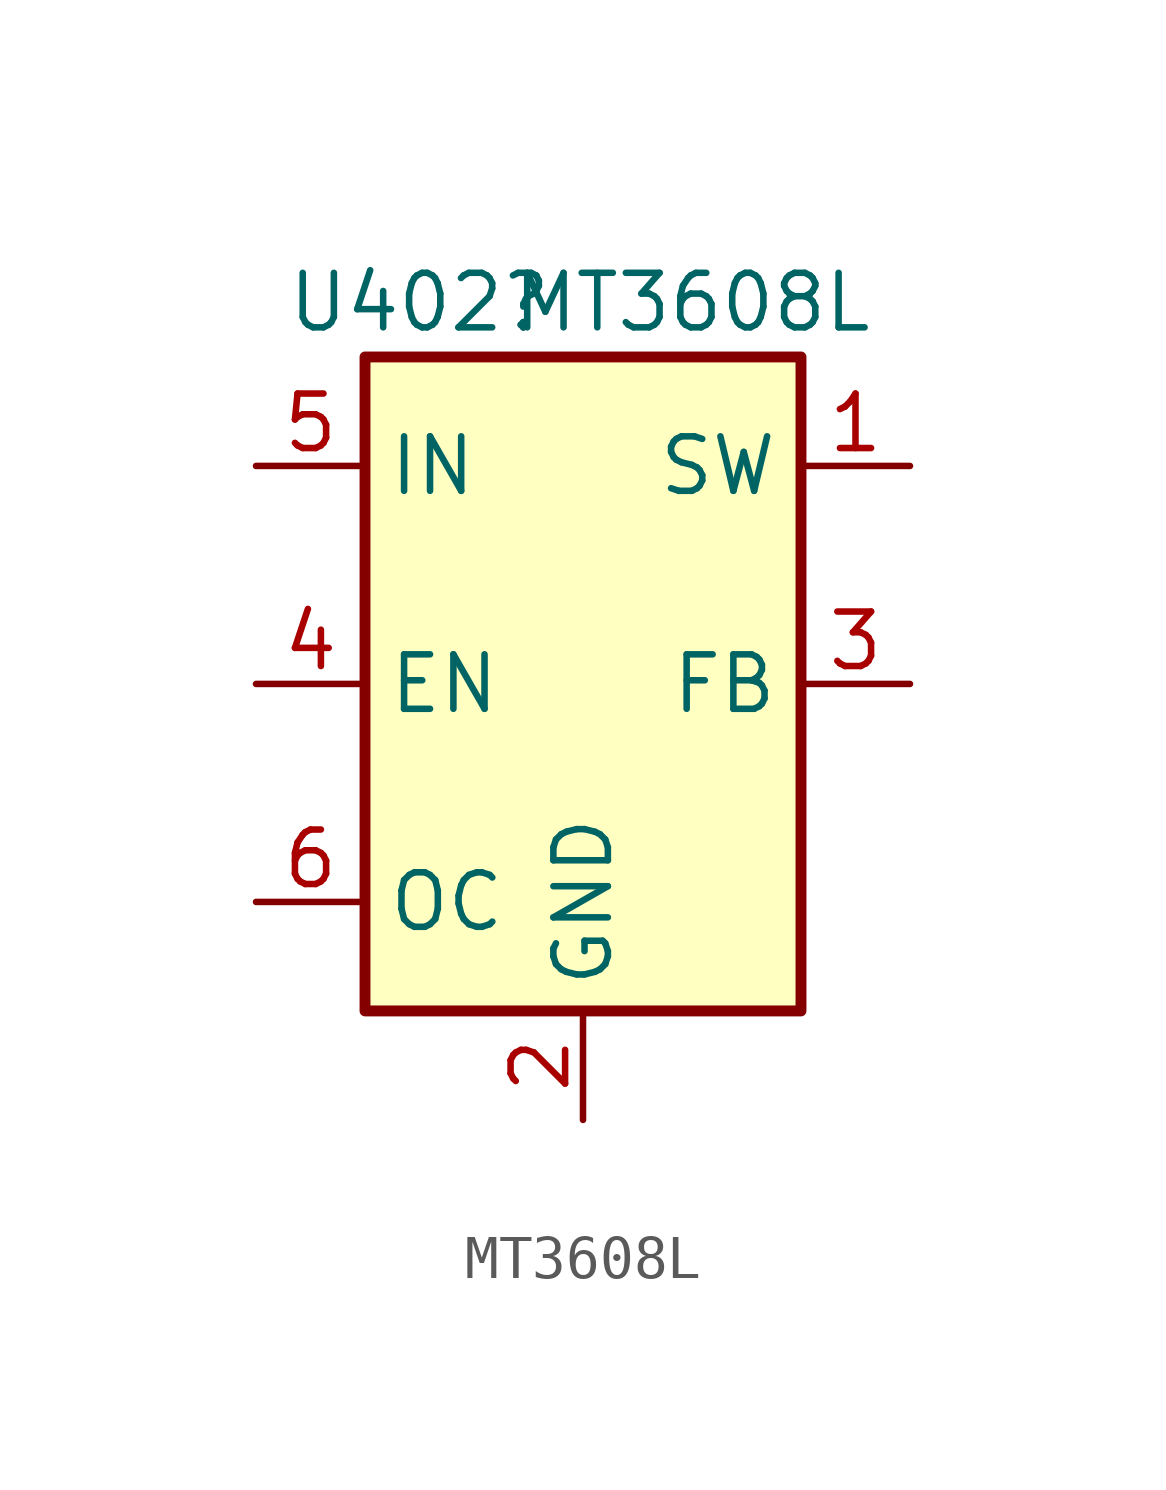
<source format=kicad_sym>
(kicad_symbol_lib
  (version 20220914)
  (generator kicad_symbol_editor)
  (symbol "MT3608L"
    (property "Reference" "U402"
      (at -3.81 6.35 0)
      (effects (font (size 1.27 1.27))))
    (property "Value" "MT3608L"
      (at 2.54 6.35 0)
      (effects (font (size 1.27 1.27))))
    (symbol "MT3608L_0_1"
      (rectangle (start -5.08 5.08) (end 5.08 -10.16) (stroke (width 0.254) (type default)) (fill (type background))))
    (symbol "MT3608L_1_1"
      (pin passive line (at 7.62 2.54 180) (length 2.54) (name "SW" (effects (font (size 1.27 1.27)))) (number "1" (effects (font (size 1.27 1.27)))))
      (pin power_in line (at 0 -12.7 90) (length 2.54) (name "GND" (effects (font (size 1.27 1.27)))) (number "2" (effects (font (size 1.27 1.27)))))
      (pin input line (at 7.62 -2.54 180) (length 2.54) (name "FB" (effects (font (size 1.27 1.27)))) (number "3" (effects (font (size 1.27 1.27)))))
      (pin input line (at -7.62 -2.54 0) (length 2.54) (name "EN" (effects (font (size 1.27 1.27)))) (number "4" (effects (font (size 1.27 1.27)))))
      (pin power_in line (at -7.62 2.54 0) (length 2.54) (name "IN" (effects (font (size 1.27 1.27)))) (number "5" (effects (font (size 1.27 1.27)))))
      (pin passive line (at -7.62 -7.62 0) (length 2.54) (name "OC" (effects (font (size 1.27 1.27)))) (number "6" (effects (font (size 1.27 1.27))))))))
</source>
